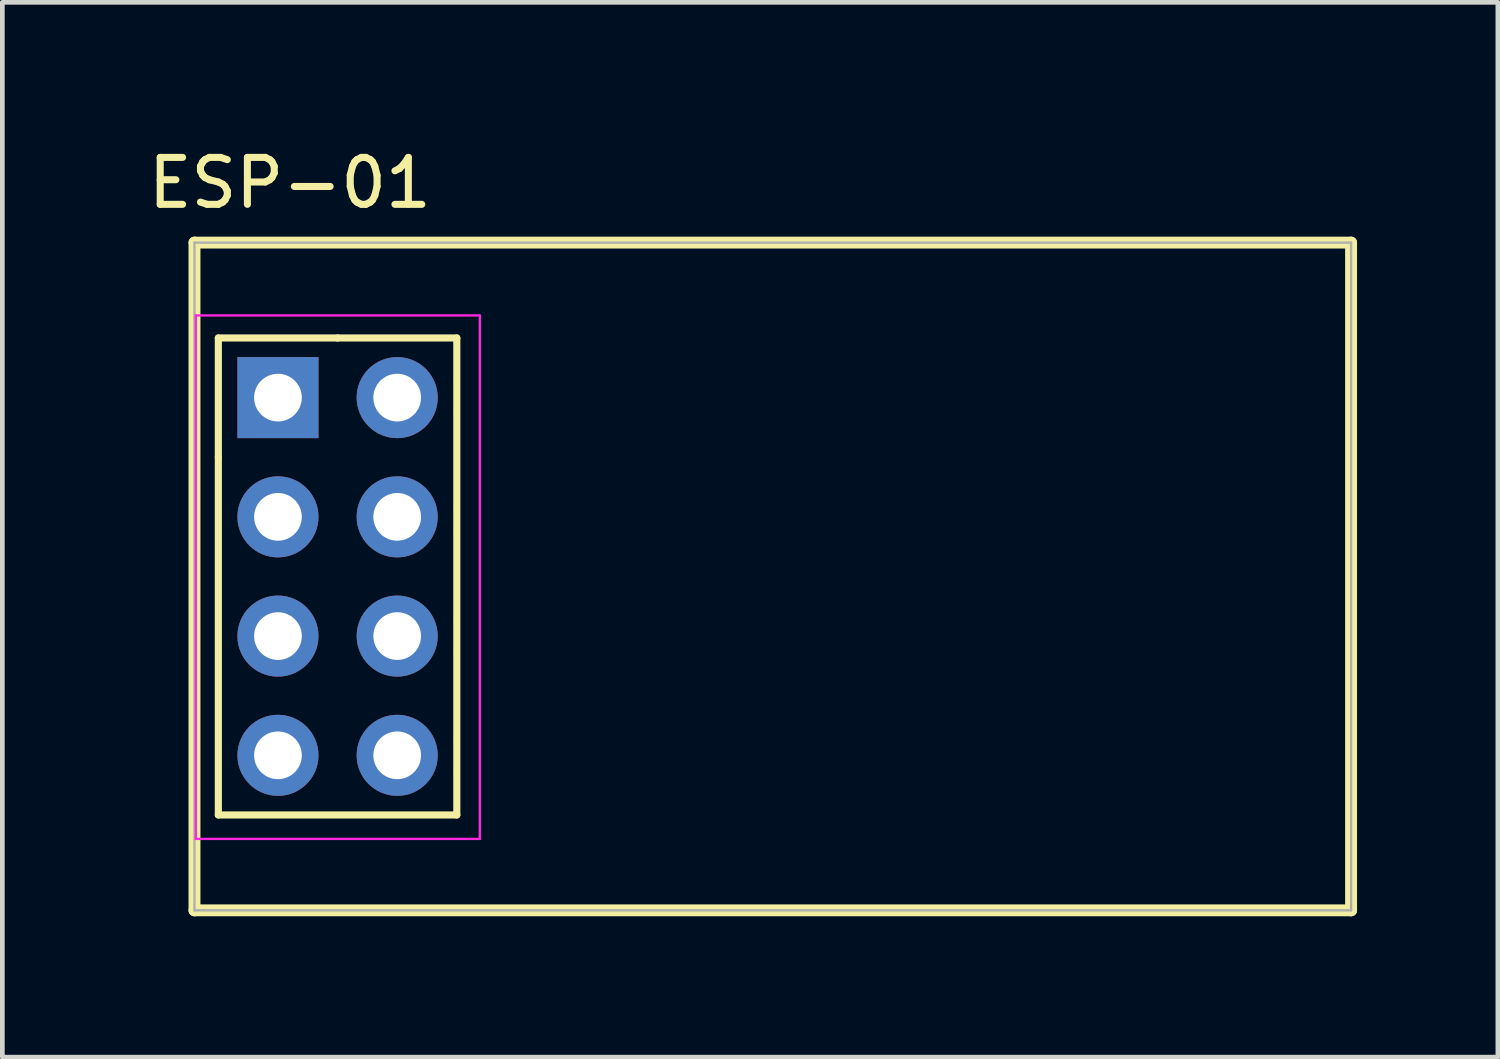
<source format=kicad_pcb>
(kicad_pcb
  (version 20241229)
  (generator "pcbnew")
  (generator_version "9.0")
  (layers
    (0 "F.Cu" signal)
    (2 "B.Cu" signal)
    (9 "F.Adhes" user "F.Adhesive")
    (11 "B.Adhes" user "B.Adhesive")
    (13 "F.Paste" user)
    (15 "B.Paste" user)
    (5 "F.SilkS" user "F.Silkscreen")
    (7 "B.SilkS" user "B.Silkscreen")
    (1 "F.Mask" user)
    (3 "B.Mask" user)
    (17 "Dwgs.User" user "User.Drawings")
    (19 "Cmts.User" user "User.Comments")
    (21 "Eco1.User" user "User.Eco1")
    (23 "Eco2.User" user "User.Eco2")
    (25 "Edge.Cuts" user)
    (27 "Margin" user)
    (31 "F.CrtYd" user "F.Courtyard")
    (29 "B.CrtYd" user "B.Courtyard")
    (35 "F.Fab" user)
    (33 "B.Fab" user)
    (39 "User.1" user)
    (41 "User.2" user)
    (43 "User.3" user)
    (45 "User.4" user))
  (footprint "ESP-01"
    (layer "F.Cu")
    (at 2.871 5.42)
    (property "Reference" "ESP-01" (at 0.254 -4.572 0) (layer "F.SilkS") (effects (font (size 1 1) (thickness 0.15))))
    (attr through_hole)
    (fp_line (start -1.778 -3.302) (end 22.86 -3.302) (stroke (width 0.254) (type solid)) (layer "F.SilkS"))
    (fp_line (start -1.778 10.922) (end -1.778 -3.302) (stroke (width 0.254) (type solid)) (layer "F.SilkS"))
    (fp_line (start -1.27 -1.27) (end -1.27 1.27) (stroke (width 0.152) (type solid)) (layer "F.SilkS"))
    (fp_line (start -1.27 1.27) (end -1.27 8.89) (stroke (width 0.152) (type solid)) (layer "F.SilkS"))
    (fp_line (start -1.27 8.89) (end 3.81 8.89) (stroke (width 0.152) (type solid)) (layer "F.SilkS"))
    (fp_line (start 1.27 -1.27) (end -1.27 -1.27) (stroke (width 0.152) (type solid)) (layer "F.SilkS"))
    (fp_line (start 3.81 -1.27) (end 1.27 -1.27) (stroke (width 0.152) (type solid)) (layer "F.SilkS"))
    (fp_line (start 3.81 8.89) (end 3.81 -1.27) (stroke (width 0.152) (type solid)) (layer "F.SilkS"))
    (fp_line (start 22.86 -3.302) (end 22.86 10.922) (stroke (width 0.254) (type solid)) (layer "F.SilkS"))
    (fp_line (start 22.86 10.922) (end -1.778 10.922) (stroke (width 0.254) (type solid)) (layer "F.SilkS"))
    (fp_line (start -1.75 -1.75) (end -1.75 9.4) (stroke (width 0.05) (type solid)) (layer "F.CrtYd"))
    (fp_line (start -1.75 -1.75) (end 4.3 -1.75) (stroke (width 0.05) (type solid)) (layer "F.CrtYd"))
    (fp_line (start -1.75 9.4) (end 4.3 9.4) (stroke (width 0.05) (type solid)) (layer "F.CrtYd"))
    (fp_line (start 4.3 -1.75) (end 4.3 9.4) (stroke (width 0.05) (type solid)) (layer "F.CrtYd"))
    (fp_line (start -1.778 -3.302) (end 22.86 -3.302) (stroke (width 0.05) (type solid)) (layer "F.Fab"))
    (fp_line (start -1.778 10.922) (end -1.778 -3.302) (stroke (width 0.05) (type solid)) (layer "F.Fab"))
    (fp_line (start 22.86 -3.302) (end 22.86 10.922) (stroke (width 0.05) (type solid)) (layer "F.Fab"))
    (fp_line (start 22.86 10.922) (end -1.778 10.922) (stroke (width 0.05) (type solid)) (layer "F.Fab"))
    (pad "1" thru_hole rect (at 0 0) (size 1.727 1.727) (drill 1.016) (layers "*.Cu" "*.Mask"))
    (pad "2" thru_hole oval (at 2.54 0) (size 1.727 1.727) (drill 1.016) (layers "*.Cu" "*.Mask"))
    (pad "3" thru_hole oval (at 0 2.54) (size 1.727 1.727) (drill 1.016) (layers "*.Cu" "*.Mask"))
    (pad "4" thru_hole oval (at 2.54 2.54) (size 1.727 1.727) (drill 1.016) (layers "*.Cu" "*.Mask"))
    (pad "5" thru_hole oval (at 0 5.08) (size 1.727 1.727) (drill 1.016) (layers "*.Cu" "*.Mask"))
    (pad "6" thru_hole oval (at 2.54 5.08) (size 1.727 1.727) (drill 1.016) (layers "*.Cu" "*.Mask"))
    (pad "7" thru_hole oval (at 0 7.62) (size 1.727 1.727) (drill 1.016) (layers "*.Cu" "*.Mask"))
    (pad "8" thru_hole oval (at 2.54 7.62) (size 1.727 1.727) (drill 1.016) (layers "*.Cu" "*.Mask")))
  (gr_rect
    (start -3 -3)
    (end 28.858 19.469)
    (stroke (width 0.1) (type default))
    (fill no)
    (layer "Edge.Cuts")))
</source>
